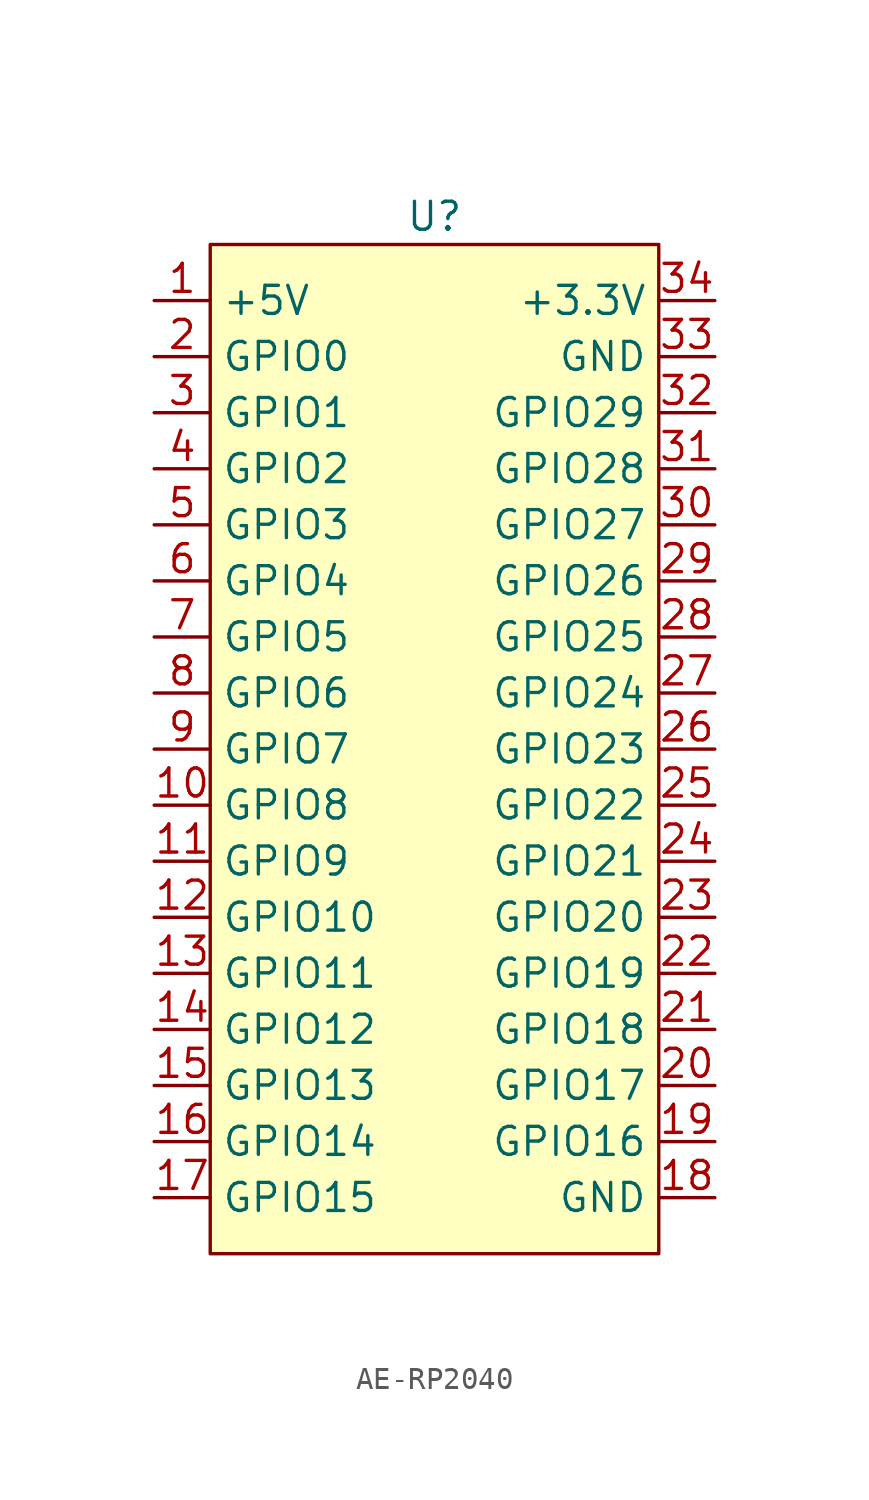
<source format=kicad_sym>
(kicad_symbol_lib
  (version 20220914)
  (generator kicad_symbol_editor)
  (symbol "AE-RP2040"
    (property "Reference" "U"
      (at 0 24.13 0)
      (effects (font (size 1.27 1.27))))
    (property "Value" ""
      (at -3.81 20.32 0)
      (effects (font (size 1.27 1.27))))
    (symbol "AE-RP2040_1_1"
      (rectangle (start -10.16 22.86) (end 10.16 -22.86) (stroke (width 0) (type default)) (fill (type background)))
      (pin power_out line (at -12.7 20.32 0) (length 2.54) (name "+5V" (effects (font (size 1.27 1.27)))) (number "1" (effects (font (size 1.27 1.27)))))
      (pin bidirectional line (at -12.7 -2.54 0) (length 2.54) (name "GPIO8" (effects (font (size 1.27 1.27)))) (number "10" (effects (font (size 1.27 1.27)))))
      (pin bidirectional line (at -12.7 -5.08 0) (length 2.54) (name "GPIO9" (effects (font (size 1.27 1.27)))) (number "11" (effects (font (size 1.27 1.27)))))
      (pin bidirectional line (at -12.7 -7.62 0) (length 2.54) (name "GPIO10" (effects (font (size 1.27 1.27)))) (number "12" (effects (font (size 1.27 1.27)))))
      (pin bidirectional line (at -12.7 -10.16 0) (length 2.54) (name "GPIO11" (effects (font (size 1.27 1.27)))) (number "13" (effects (font (size 1.27 1.27)))))
      (pin bidirectional line (at -12.7 -12.7 0) (length 2.54) (name "GPIO12" (effects (font (size 1.27 1.27)))) (number "14" (effects (font (size 1.27 1.27)))))
      (pin bidirectional line (at -12.7 -15.24 0) (length 2.54) (name "GPIO13" (effects (font (size 1.27 1.27)))) (number "15" (effects (font (size 1.27 1.27)))))
      (pin bidirectional line (at -12.7 -17.78 0) (length 2.54) (name "GPIO14" (effects (font (size 1.27 1.27)))) (number "16" (effects (font (size 1.27 1.27)))))
      (pin bidirectional line (at -12.7 -20.32 0) (length 2.54) (name "GPIO15" (effects (font (size 1.27 1.27)))) (number "17" (effects (font (size 1.27 1.27)))))
      (pin power_in line (at 12.7 -20.32 180) (length 2.54) (name "GND" (effects (font (size 1.27 1.27)))) (number "18" (effects (font (size 1.27 1.27)))))
      (pin bidirectional line (at 12.7 -17.78 180) (length 2.54) (name "GPIO16" (effects (font (size 1.27 1.27)))) (number "19" (effects (font (size 1.27 1.27)))))
      (pin bidirectional line (at -12.7 17.78 0) (length 2.54) (name "GPIO0" (effects (font (size 1.27 1.27)))) (number "2" (effects (font (size 1.27 1.27)))))
      (pin bidirectional line (at 12.7 -15.24 180) (length 2.54) (name "GPIO17" (effects (font (size 1.27 1.27)))) (number "20" (effects (font (size 1.27 1.27)))))
      (pin bidirectional line (at 12.7 -12.7 180) (length 2.54) (name "GPIO18" (effects (font (size 1.27 1.27)))) (number "21" (effects (font (size 1.27 1.27)))))
      (pin bidirectional line (at 12.7 -10.16 180) (length 2.54) (name "GPIO19" (effects (font (size 1.27 1.27)))) (number "22" (effects (font (size 1.27 1.27)))))
      (pin bidirectional line (at 12.7 -7.62 180) (length 2.54) (name "GPIO20" (effects (font (size 1.27 1.27)))) (number "23" (effects (font (size 1.27 1.27)))))
      (pin bidirectional line (at 12.7 -5.08 180) (length 2.54) (name "GPIO21" (effects (font (size 1.27 1.27)))) (number "24" (effects (font (size 1.27 1.27)))))
      (pin bidirectional line (at 12.7 -2.54 180) (length 2.54) (name "GPIO22" (effects (font (size 1.27 1.27)))) (number "25" (effects (font (size 1.27 1.27)))))
      (pin bidirectional line (at 12.7 0 180) (length 2.54) (name "GPIO23" (effects (font (size 1.27 1.27)))) (number "26" (effects (font (size 1.27 1.27)))))
      (pin bidirectional line (at 12.7 2.54 180) (length 2.54) (name "GPIO24" (effects (font (size 1.27 1.27)))) (number "27" (effects (font (size 1.27 1.27)))))
      (pin bidirectional line (at 12.7 5.08 180) (length 2.54) (name "GPIO25" (effects (font (size 1.27 1.27)))) (number "28" (effects (font (size 1.27 1.27)))))
      (pin bidirectional line (at 12.7 7.62 180) (length 2.54) (name "GPIO26" (effects (font (size 1.27 1.27)))) (number "29" (effects (font (size 1.27 1.27)))))
      (pin bidirectional line (at -12.7 15.24 0) (length 2.54) (name "GPIO1" (effects (font (size 1.27 1.27)))) (number "3" (effects (font (size 1.27 1.27)))))
      (pin bidirectional line (at 12.7 10.16 180) (length 2.54) (name "GPIO27" (effects (font (size 1.27 1.27)))) (number "30" (effects (font (size 1.27 1.27)))))
      (pin bidirectional line (at 12.7 12.7 180) (length 2.54) (name "GPIO28" (effects (font (size 1.27 1.27)))) (number "31" (effects (font (size 1.27 1.27)))))
      (pin bidirectional line (at 12.7 15.24 180) (length 2.54) (name "GPIO29" (effects (font (size 1.27 1.27)))) (number "32" (effects (font (size 1.27 1.27)))))
      (pin power_in line (at 12.7 17.78 180) (length 2.54) (name "GND" (effects (font (size 1.27 1.27)))) (number "33" (effects (font (size 1.27 1.27)))))
      (pin power_out line (at 12.7 20.32 180) (length 2.54) (name "+3.3V" (effects (font (size 1.27 1.27)))) (number "34" (effects (font (size 1.27 1.27)))))
      (pin bidirectional line (at -12.7 12.7 0) (length 2.54) (name "GPIO2" (effects (font (size 1.27 1.27)))) (number "4" (effects (font (size 1.27 1.27)))))
      (pin bidirectional line (at -12.7 10.16 0) (length 2.54) (name "GPIO3" (effects (font (size 1.27 1.27)))) (number "5" (effects (font (size 1.27 1.27)))))
      (pin bidirectional line (at -12.7 7.62 0) (length 2.54) (name "GPIO4" (effects (font (size 1.27 1.27)))) (number "6" (effects (font (size 1.27 1.27)))))
      (pin bidirectional line (at -12.7 5.08 0) (length 2.54) (name "GPIO5" (effects (font (size 1.27 1.27)))) (number "7" (effects (font (size 1.27 1.27)))))
      (pin bidirectional line (at -12.7 2.54 0) (length 2.54) (name "GPIO6" (effects (font (size 1.27 1.27)))) (number "8" (effects (font (size 1.27 1.27)))))
      (pin bidirectional line (at -12.7 0 0) (length 2.54) (name "GPIO7" (effects (font (size 1.27 1.27)))) (number "9" (effects (font (size 1.27 1.27))))))))
</source>
